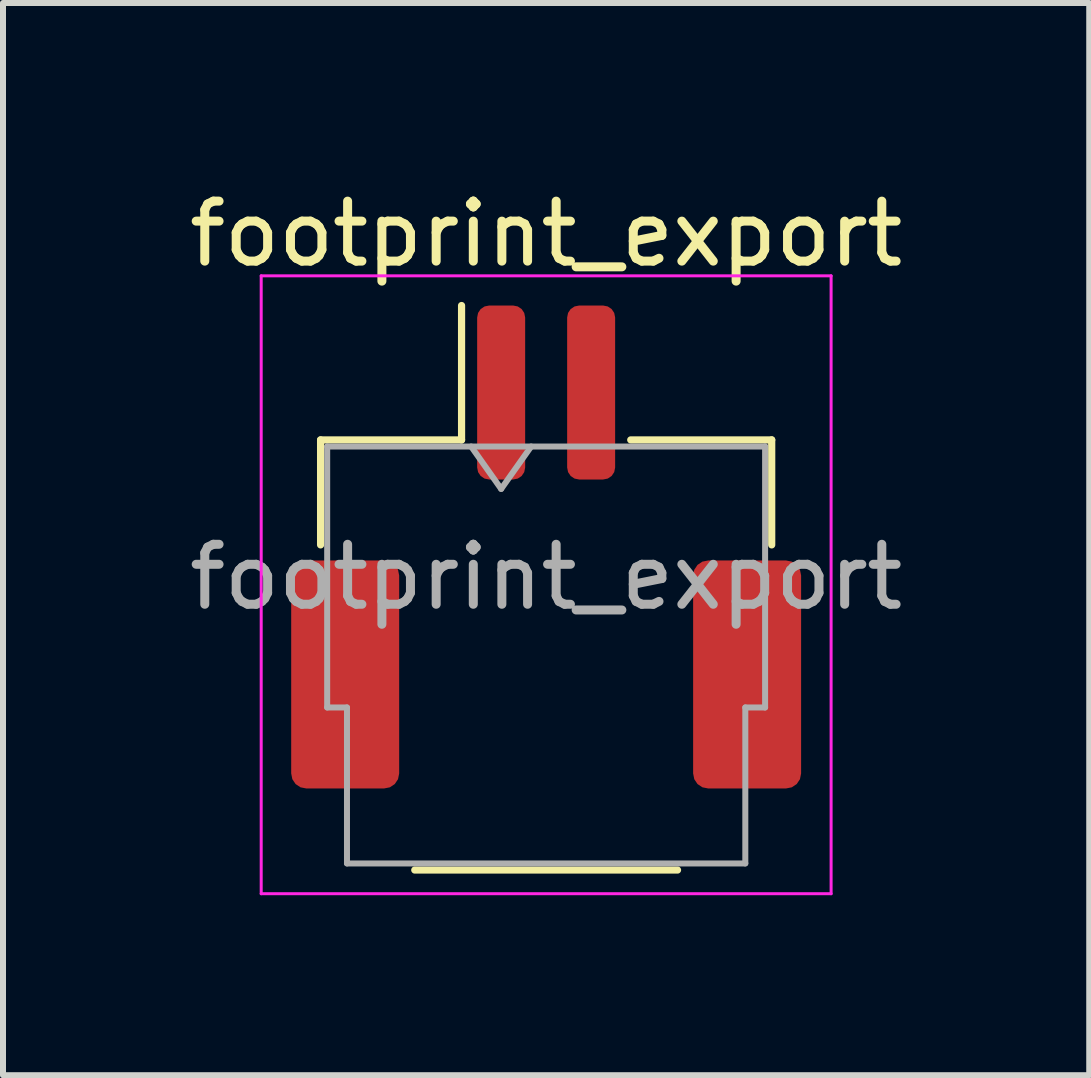
<source format=kicad_pcb>
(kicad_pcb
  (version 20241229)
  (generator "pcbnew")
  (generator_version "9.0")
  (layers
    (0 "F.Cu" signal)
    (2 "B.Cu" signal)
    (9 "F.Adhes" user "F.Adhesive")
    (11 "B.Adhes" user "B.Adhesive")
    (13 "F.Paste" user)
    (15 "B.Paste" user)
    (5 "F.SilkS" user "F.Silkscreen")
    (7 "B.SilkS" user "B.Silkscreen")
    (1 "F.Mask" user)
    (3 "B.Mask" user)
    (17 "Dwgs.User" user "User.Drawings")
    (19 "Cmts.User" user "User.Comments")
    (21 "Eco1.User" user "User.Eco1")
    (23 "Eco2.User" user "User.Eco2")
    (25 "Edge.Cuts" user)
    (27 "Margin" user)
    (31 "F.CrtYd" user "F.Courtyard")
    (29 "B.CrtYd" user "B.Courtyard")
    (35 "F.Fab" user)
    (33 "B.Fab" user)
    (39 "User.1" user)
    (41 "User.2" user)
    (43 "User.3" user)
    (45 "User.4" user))
  (footprint "footprint_export"
    (layer "F.Cu")
    (at 6.054 6.068)
    (property "Reference" "footprint_export" (at 0 -5.22 0) (layer "F.SilkS") (effects (font (size 1 1) (thickness 0.15))))
    (attr smd)
    (fp_line (start -3.76 -1.785) (end -1.41 -1.785) (stroke (width 0.12) (type solid)) (layer "F.SilkS"))
    (fp_line (start -3.76 -0.035) (end -3.76 -1.785) (stroke (width 0.12) (type solid)) (layer "F.SilkS"))
    (fp_line (start -2.19 5.385) (end 2.19 5.385) (stroke (width 0.12) (type solid)) (layer "F.SilkS"))
    (fp_line (start -1.41 -1.785) (end -1.41 -4.025) (stroke (width 0.12) (type solid)) (layer "F.SilkS"))
    (fp_line (start 3.76 -1.785) (end 1.41 -1.785) (stroke (width 0.12) (type solid)) (layer "F.SilkS"))
    (fp_line (start 3.76 -0.035) (end 3.76 -1.785) (stroke (width 0.12) (type solid)) (layer "F.SilkS"))
    (fp_line (start -4.75 -4.52) (end -4.75 5.78) (stroke (width 0.05) (type solid)) (layer "F.CrtYd"))
    (fp_line (start -4.75 5.78) (end 4.75 5.78) (stroke (width 0.05) (type solid)) (layer "F.CrtYd"))
    (fp_line (start 4.75 -4.52) (end -4.75 -4.52) (stroke (width 0.05) (type solid)) (layer "F.CrtYd"))
    (fp_line (start 4.75 5.78) (end 4.75 -4.52) (stroke (width 0.05) (type solid)) (layer "F.CrtYd"))
    (fp_line (start -3.65 -1.675) (end -3.65 2.675) (stroke (width 0.1) (type solid)) (layer "F.Fab"))
    (fp_line (start -3.65 -1.675) (end 3.65 -1.675) (stroke (width 0.1) (type solid)) (layer "F.Fab"))
    (fp_line (start -3.65 2.675) (end -3.32 2.675) (stroke (width 0.1) (type solid)) (layer "F.Fab"))
    (fp_line (start -3.32 2.675) (end -3.32 5.275) (stroke (width 0.1) (type solid)) (layer "F.Fab"))
    (fp_line (start -3.32 5.275) (end 3.32 5.275) (stroke (width 0.1) (type solid)) (layer "F.Fab"))
    (fp_line (start -1.25 -1.675) (end -0.75 -0.968) (stroke (width 0.1) (type solid)) (layer "F.Fab"))
    (fp_line (start -0.75 -0.968) (end -0.25 -1.675) (stroke (width 0.1) (type solid)) (layer "F.Fab"))
    (fp_line (start 3.32 2.675) (end 3.65 2.675) (stroke (width 0.1) (type solid)) (layer "F.Fab"))
    (fp_line (start 3.32 5.275) (end 3.32 2.675) (stroke (width 0.1) (type solid)) (layer "F.Fab"))
    (fp_line (start 3.65 -1.675) (end 3.65 2.675) (stroke (width 0.1) (type solid)) (layer "F.Fab"))
    (fp_text user "${REFERENCE}" (at 0 0.5 0) (layer "F.Fab") (effects (font (size 1 1) (thickness 0.15))))
    (pad "1" smd roundrect (at -0.75 -2.575) (size 0.8 2.9) (layers "F.Cu" "F.Mask" "F.Paste") (roundrect_rratio 0.25))
    (pad "2" smd roundrect (at 0.75 -2.575) (size 0.8 2.9) (layers "F.Cu" "F.Mask" "F.Paste") (roundrect_rratio 0.25))
    (pad "MP" smd roundrect (at -3.35 2.125) (size 1.8 3.8) (layers "F.Cu" "F.Mask" "F.Paste") (roundrect_rratio 0.139))
    (pad "MP" smd roundrect (at 3.35 2.125) (size 1.8 3.8) (layers "F.Cu" "F.Mask" "F.Paste") (roundrect_rratio 0.139)))
  (gr_rect
    (start -3 -3)
    (end 15.107 14.873)
    (stroke (width 0.1) (type default))
    (fill no)
    (layer "Edge.Cuts")))
</source>
